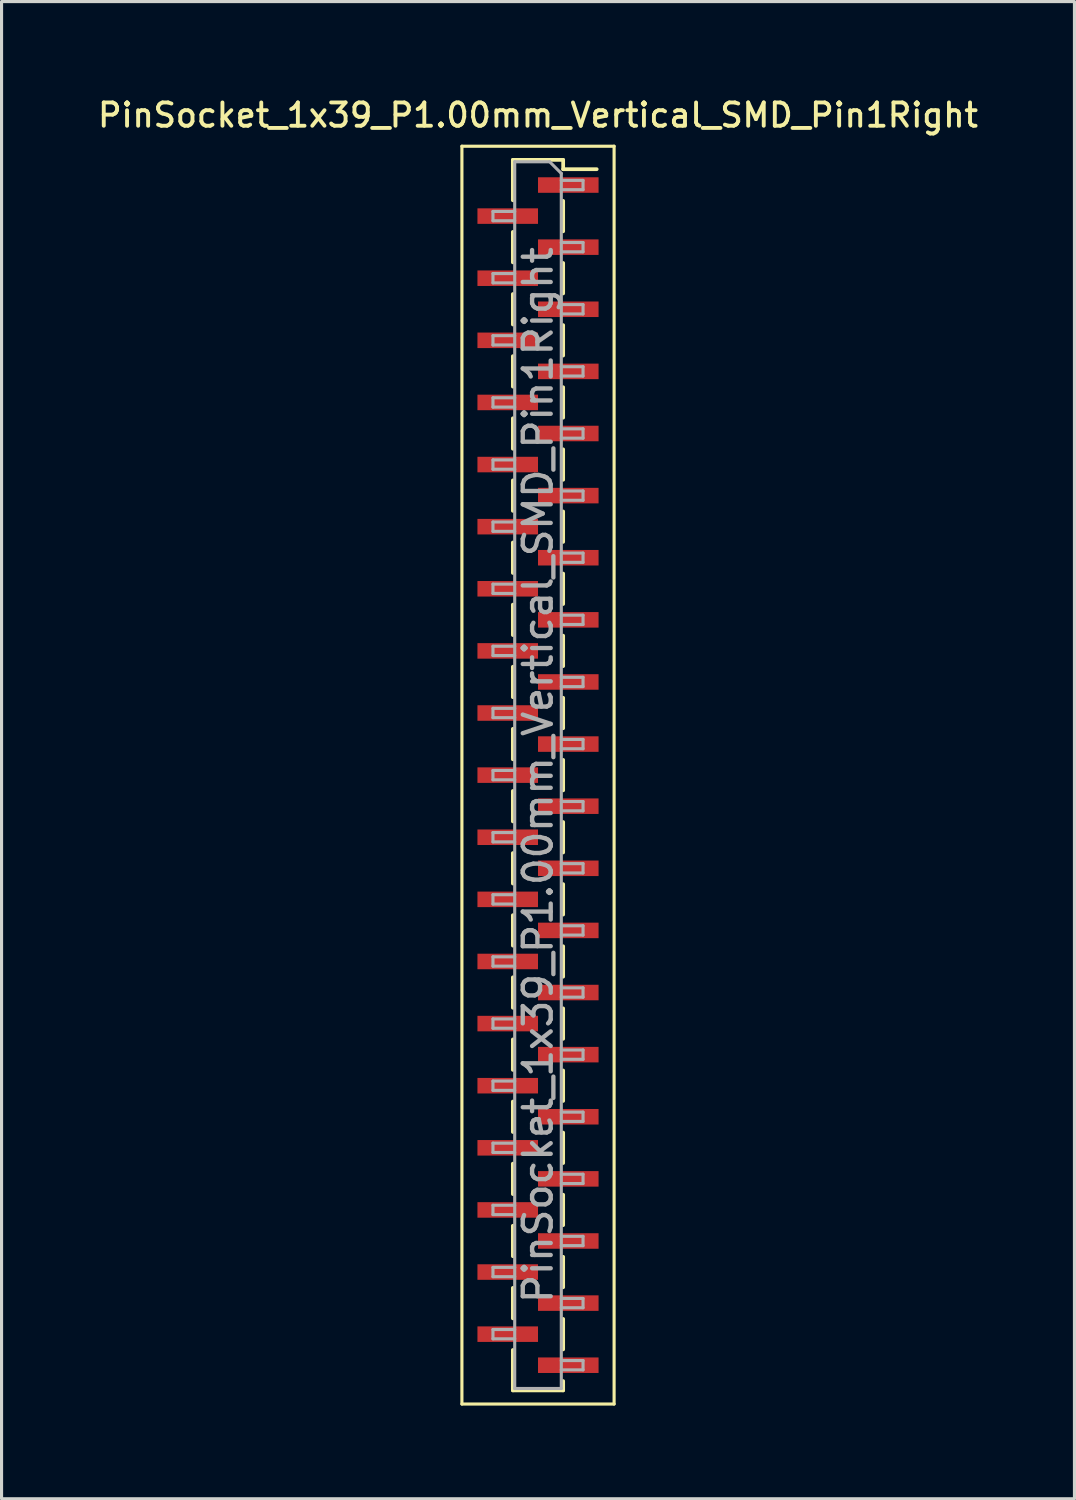
<source format=kicad_pcb>
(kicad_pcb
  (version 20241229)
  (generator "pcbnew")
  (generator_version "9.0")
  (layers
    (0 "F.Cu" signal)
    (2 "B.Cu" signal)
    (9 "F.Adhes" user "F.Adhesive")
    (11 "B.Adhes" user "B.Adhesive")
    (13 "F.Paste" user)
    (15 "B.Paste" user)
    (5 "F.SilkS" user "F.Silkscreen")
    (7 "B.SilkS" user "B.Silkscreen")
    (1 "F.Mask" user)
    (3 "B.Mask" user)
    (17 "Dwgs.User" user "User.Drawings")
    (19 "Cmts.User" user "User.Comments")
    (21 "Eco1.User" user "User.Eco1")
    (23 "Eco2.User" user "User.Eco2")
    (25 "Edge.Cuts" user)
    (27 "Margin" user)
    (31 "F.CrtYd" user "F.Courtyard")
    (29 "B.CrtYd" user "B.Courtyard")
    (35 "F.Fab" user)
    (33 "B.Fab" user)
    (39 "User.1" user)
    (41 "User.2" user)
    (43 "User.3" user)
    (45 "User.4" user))
  (footprint "PinSocket_1x39_P1.00mm_Vertical_SMD_Pin1Right"
    (layer "F.Cu")
    (at 14.273 21.908)
    (property "Reference" "PinSocket_1x39_P1.00mm_Vertical_SMD_Pin1Right" (at 0 -21.25 0) (layer "F.SilkS") (effects (font (size 0.75 0.75) (thickness 0.125))))
    (attr smd)
    (fp_line (start -2.45 -20.25) (end 2.45 -20.25) (stroke (width 0.1) (type solid)) (layer "F.SilkS"))
    (fp_line (start -2.45 20.25) (end -2.45 -20.25) (stroke (width 0.1) (type solid)) (layer "F.SilkS"))
    (fp_line (start -0.81 -19.81) (end -0.81 -18.51) (stroke (width 0.12) (type solid)) (layer "F.SilkS"))
    (fp_line (start -0.81 -19.81) (end 0.81 -19.81) (stroke (width 0.12) (type solid)) (layer "F.SilkS"))
    (fp_line (start -0.81 -17.49) (end -0.81 -16.51) (stroke (width 0.12) (type solid)) (layer "F.SilkS"))
    (fp_line (start -0.81 -15.49) (end -0.81 -14.51) (stroke (width 0.12) (type solid)) (layer "F.SilkS"))
    (fp_line (start -0.81 -13.49) (end -0.81 -12.51) (stroke (width 0.12) (type solid)) (layer "F.SilkS"))
    (fp_line (start -0.81 -11.49) (end -0.81 -10.51) (stroke (width 0.12) (type solid)) (layer "F.SilkS"))
    (fp_line (start -0.81 -9.49) (end -0.81 -8.51) (stroke (width 0.12) (type solid)) (layer "F.SilkS"))
    (fp_line (start -0.81 -7.49) (end -0.81 -6.51) (stroke (width 0.12) (type solid)) (layer "F.SilkS"))
    (fp_line (start -0.81 -5.49) (end -0.81 -4.51) (stroke (width 0.12) (type solid)) (layer "F.SilkS"))
    (fp_line (start -0.81 -3.49) (end -0.81 -2.51) (stroke (width 0.12) (type solid)) (layer "F.SilkS"))
    (fp_line (start -0.81 -1.49) (end -0.81 -0.51) (stroke (width 0.12) (type solid)) (layer "F.SilkS"))
    (fp_line (start -0.81 0.51) (end -0.81 1.49) (stroke (width 0.12) (type solid)) (layer "F.SilkS"))
    (fp_line (start -0.81 2.51) (end -0.81 3.49) (stroke (width 0.12) (type solid)) (layer "F.SilkS"))
    (fp_line (start -0.81 4.51) (end -0.81 5.49) (stroke (width 0.12) (type solid)) (layer "F.SilkS"))
    (fp_line (start -0.81 6.51) (end -0.81 7.49) (stroke (width 0.12) (type solid)) (layer "F.SilkS"))
    (fp_line (start -0.81 8.51) (end -0.81 9.49) (stroke (width 0.12) (type solid)) (layer "F.SilkS"))
    (fp_line (start -0.81 10.51) (end -0.81 11.49) (stroke (width 0.12) (type solid)) (layer "F.SilkS"))
    (fp_line (start -0.81 12.51) (end -0.81 13.49) (stroke (width 0.12) (type solid)) (layer "F.SilkS"))
    (fp_line (start -0.81 14.51) (end -0.81 15.49) (stroke (width 0.12) (type solid)) (layer "F.SilkS"))
    (fp_line (start -0.81 16.51) (end -0.81 17.49) (stroke (width 0.12) (type solid)) (layer "F.SilkS"))
    (fp_line (start -0.81 18.51) (end -0.81 19.81) (stroke (width 0.12) (type solid)) (layer "F.SilkS"))
    (fp_line (start -0.81 19.81) (end 0.81 19.81) (stroke (width 0.12) (type solid)) (layer "F.SilkS"))
    (fp_line (start 0.81 -19.81) (end 0.81 -19.51) (stroke (width 0.12) (type solid)) (layer "F.SilkS"))
    (fp_line (start 0.81 -19.51) (end 1.89 -19.51) (stroke (width 0.12) (type solid)) (layer "F.SilkS"))
    (fp_line (start 0.81 -18.49) (end 0.81 -17.51) (stroke (width 0.12) (type solid)) (layer "F.SilkS"))
    (fp_line (start 0.81 -16.49) (end 0.81 -15.51) (stroke (width 0.12) (type solid)) (layer "F.SilkS"))
    (fp_line (start 0.81 -14.49) (end 0.81 -13.51) (stroke (width 0.12) (type solid)) (layer "F.SilkS"))
    (fp_line (start 0.81 -12.49) (end 0.81 -11.51) (stroke (width 0.12) (type solid)) (layer "F.SilkS"))
    (fp_line (start 0.81 -10.49) (end 0.81 -9.51) (stroke (width 0.12) (type solid)) (layer "F.SilkS"))
    (fp_line (start 0.81 -8.49) (end 0.81 -7.51) (stroke (width 0.12) (type solid)) (layer "F.SilkS"))
    (fp_line (start 0.81 -6.49) (end 0.81 -5.51) (stroke (width 0.12) (type solid)) (layer "F.SilkS"))
    (fp_line (start 0.81 -4.49) (end 0.81 -3.51) (stroke (width 0.12) (type solid)) (layer "F.SilkS"))
    (fp_line (start 0.81 -2.49) (end 0.81 -1.51) (stroke (width 0.12) (type solid)) (layer "F.SilkS"))
    (fp_line (start 0.81 -0.49) (end 0.81 0.49) (stroke (width 0.12) (type solid)) (layer "F.SilkS"))
    (fp_line (start 0.81 1.51) (end 0.81 2.49) (stroke (width 0.12) (type solid)) (layer "F.SilkS"))
    (fp_line (start 0.81 3.51) (end 0.81 4.49) (stroke (width 0.12) (type solid)) (layer "F.SilkS"))
    (fp_line (start 0.81 5.51) (end 0.81 6.49) (stroke (width 0.12) (type solid)) (layer "F.SilkS"))
    (fp_line (start 0.81 7.51) (end 0.81 8.49) (stroke (width 0.12) (type solid)) (layer "F.SilkS"))
    (fp_line (start 0.81 9.51) (end 0.81 10.49) (stroke (width 0.12) (type solid)) (layer "F.SilkS"))
    (fp_line (start 0.81 11.51) (end 0.81 12.49) (stroke (width 0.12) (type solid)) (layer "F.SilkS"))
    (fp_line (start 0.81 13.51) (end 0.81 14.49) (stroke (width 0.12) (type solid)) (layer "F.SilkS"))
    (fp_line (start 0.81 15.51) (end 0.81 16.49) (stroke (width 0.12) (type solid)) (layer "F.SilkS"))
    (fp_line (start 0.81 17.51) (end 0.81 18.49) (stroke (width 0.12) (type solid)) (layer "F.SilkS"))
    (fp_line (start 0.81 19.51) (end 0.81 19.81) (stroke (width 0.12) (type solid)) (layer "F.SilkS"))
    (fp_line (start 2.45 -20.25) (end 2.45 20.25) (stroke (width 0.1) (type solid)) (layer "F.SilkS"))
    (fp_line (start 2.45 20.25) (end -2.45 20.25) (stroke (width 0.1) (type solid)) (layer "F.SilkS"))
    (fp_line (start -1.45 -18.15) (end -0.75 -18.15) (stroke (width 0.1) (type solid)) (layer "F.Fab"))
    (fp_line (start -1.45 -17.85) (end -1.45 -18.15) (stroke (width 0.1) (type solid)) (layer "F.Fab"))
    (fp_line (start -1.45 -16.15) (end -0.75 -16.15) (stroke (width 0.1) (type solid)) (layer "F.Fab"))
    (fp_line (start -1.45 -15.85) (end -1.45 -16.15) (stroke (width 0.1) (type solid)) (layer "F.Fab"))
    (fp_line (start -1.45 -14.15) (end -0.75 -14.15) (stroke (width 0.1) (type solid)) (layer "F.Fab"))
    (fp_line (start -1.45 -13.85) (end -1.45 -14.15) (stroke (width 0.1) (type solid)) (layer "F.Fab"))
    (fp_line (start -1.45 -12.15) (end -0.75 -12.15) (stroke (width 0.1) (type solid)) (layer "F.Fab"))
    (fp_line (start -1.45 -11.85) (end -1.45 -12.15) (stroke (width 0.1) (type solid)) (layer "F.Fab"))
    (fp_line (start -1.45 -10.15) (end -0.75 -10.15) (stroke (width 0.1) (type solid)) (layer "F.Fab"))
    (fp_line (start -1.45 -9.85) (end -1.45 -10.15) (stroke (width 0.1) (type solid)) (layer "F.Fab"))
    (fp_line (start -1.45 -8.15) (end -0.75 -8.15) (stroke (width 0.1) (type solid)) (layer "F.Fab"))
    (fp_line (start -1.45 -7.85) (end -1.45 -8.15) (stroke (width 0.1) (type solid)) (layer "F.Fab"))
    (fp_line (start -1.45 -6.15) (end -0.75 -6.15) (stroke (width 0.1) (type solid)) (layer "F.Fab"))
    (fp_line (start -1.45 -5.85) (end -1.45 -6.15) (stroke (width 0.1) (type solid)) (layer "F.Fab"))
    (fp_line (start -1.45 -4.15) (end -0.75 -4.15) (stroke (width 0.1) (type solid)) (layer "F.Fab"))
    (fp_line (start -1.45 -3.85) (end -1.45 -4.15) (stroke (width 0.1) (type solid)) (layer "F.Fab"))
    (fp_line (start -1.45 -2.15) (end -0.75 -2.15) (stroke (width 0.1) (type solid)) (layer "F.Fab"))
    (fp_line (start -1.45 -1.85) (end -1.45 -2.15) (stroke (width 0.1) (type solid)) (layer "F.Fab"))
    (fp_line (start -1.45 -0.15) (end -0.75 -0.15) (stroke (width 0.1) (type solid)) (layer "F.Fab"))
    (fp_line (start -1.45 0.15) (end -1.45 -0.15) (stroke (width 0.1) (type solid)) (layer "F.Fab"))
    (fp_line (start -1.45 1.85) (end -0.75 1.85) (stroke (width 0.1) (type solid)) (layer "F.Fab"))
    (fp_line (start -1.45 2.15) (end -1.45 1.85) (stroke (width 0.1) (type solid)) (layer "F.Fab"))
    (fp_line (start -1.45 3.85) (end -0.75 3.85) (stroke (width 0.1) (type solid)) (layer "F.Fab"))
    (fp_line (start -1.45 4.15) (end -1.45 3.85) (stroke (width 0.1) (type solid)) (layer "F.Fab"))
    (fp_line (start -1.45 5.85) (end -0.75 5.85) (stroke (width 0.1) (type solid)) (layer "F.Fab"))
    (fp_line (start -1.45 6.15) (end -1.45 5.85) (stroke (width 0.1) (type solid)) (layer "F.Fab"))
    (fp_line (start -1.45 7.85) (end -0.75 7.85) (stroke (width 0.1) (type solid)) (layer "F.Fab"))
    (fp_line (start -1.45 8.15) (end -1.45 7.85) (stroke (width 0.1) (type solid)) (layer "F.Fab"))
    (fp_line (start -1.45 9.85) (end -0.75 9.85) (stroke (width 0.1) (type solid)) (layer "F.Fab"))
    (fp_line (start -1.45 10.15) (end -1.45 9.85) (stroke (width 0.1) (type solid)) (layer "F.Fab"))
    (fp_line (start -1.45 11.85) (end -0.75 11.85) (stroke (width 0.1) (type solid)) (layer "F.Fab"))
    (fp_line (start -1.45 12.15) (end -1.45 11.85) (stroke (width 0.1) (type solid)) (layer "F.Fab"))
    (fp_line (start -1.45 13.85) (end -0.75 13.85) (stroke (width 0.1) (type solid)) (layer "F.Fab"))
    (fp_line (start -1.45 14.15) (end -1.45 13.85) (stroke (width 0.1) (type solid)) (layer "F.Fab"))
    (fp_line (start -1.45 15.85) (end -0.75 15.85) (stroke (width 0.1) (type solid)) (layer "F.Fab"))
    (fp_line (start -1.45 16.15) (end -1.45 15.85) (stroke (width 0.1) (type solid)) (layer "F.Fab"))
    (fp_line (start -1.45 17.85) (end -0.75 17.85) (stroke (width 0.1) (type solid)) (layer "F.Fab"))
    (fp_line (start -1.45 18.15) (end -1.45 17.85) (stroke (width 0.1) (type solid)) (layer "F.Fab"))
    (fp_line (start -0.75 -19.75) (end 0.375 -19.75) (stroke (width 0.1) (type solid)) (layer "F.Fab"))
    (fp_line (start -0.75 -17.85) (end -1.45 -17.85) (stroke (width 0.1) (type solid)) (layer "F.Fab"))
    (fp_line (start -0.75 -15.85) (end -1.45 -15.85) (stroke (width 0.1) (type solid)) (layer "F.Fab"))
    (fp_line (start -0.75 -13.85) (end -1.45 -13.85) (stroke (width 0.1) (type solid)) (layer "F.Fab"))
    (fp_line (start -0.75 -11.85) (end -1.45 -11.85) (stroke (width 0.1) (type solid)) (layer "F.Fab"))
    (fp_line (start -0.75 -9.85) (end -1.45 -9.85) (stroke (width 0.1) (type solid)) (layer "F.Fab"))
    (fp_line (start -0.75 -7.85) (end -1.45 -7.85) (stroke (width 0.1) (type solid)) (layer "F.Fab"))
    (fp_line (start -0.75 -5.85) (end -1.45 -5.85) (stroke (width 0.1) (type solid)) (layer "F.Fab"))
    (fp_line (start -0.75 -3.85) (end -1.45 -3.85) (stroke (width 0.1) (type solid)) (layer "F.Fab"))
    (fp_line (start -0.75 -1.85) (end -1.45 -1.85) (stroke (width 0.1) (type solid)) (layer "F.Fab"))
    (fp_line (start -0.75 0.15) (end -1.45 0.15) (stroke (width 0.1) (type solid)) (layer "F.Fab"))
    (fp_line (start -0.75 2.15) (end -1.45 2.15) (stroke (width 0.1) (type solid)) (layer "F.Fab"))
    (fp_line (start -0.75 4.15) (end -1.45 4.15) (stroke (width 0.1) (type solid)) (layer "F.Fab"))
    (fp_line (start -0.75 6.15) (end -1.45 6.15) (stroke (width 0.1) (type solid)) (layer "F.Fab"))
    (fp_line (start -0.75 8.15) (end -1.45 8.15) (stroke (width 0.1) (type solid)) (layer "F.Fab"))
    (fp_line (start -0.75 10.15) (end -1.45 10.15) (stroke (width 0.1) (type solid)) (layer "F.Fab"))
    (fp_line (start -0.75 12.15) (end -1.45 12.15) (stroke (width 0.1) (type solid)) (layer "F.Fab"))
    (fp_line (start -0.75 14.15) (end -1.45 14.15) (stroke (width 0.1) (type solid)) (layer "F.Fab"))
    (fp_line (start -0.75 16.15) (end -1.45 16.15) (stroke (width 0.1) (type solid)) (layer "F.Fab"))
    (fp_line (start -0.75 18.15) (end -1.45 18.15) (stroke (width 0.1) (type solid)) (layer "F.Fab"))
    (fp_line (start -0.75 19.75) (end -0.75 -19.75) (stroke (width 0.1) (type solid)) (layer "F.Fab"))
    (fp_line (start 0.375 -19.75) (end 0.75 -19.375) (stroke (width 0.1) (type solid)) (layer "F.Fab"))
    (fp_line (start 0.75 -19.375) (end 0.75 19.75) (stroke (width 0.1) (type solid)) (layer "F.Fab"))
    (fp_line (start 0.75 -19.15) (end 1.45 -19.15) (stroke (width 0.1) (type solid)) (layer "F.Fab"))
    (fp_line (start 0.75 -17.15) (end 1.45 -17.15) (stroke (width 0.1) (type solid)) (layer "F.Fab"))
    (fp_line (start 0.75 -15.15) (end 1.45 -15.15) (stroke (width 0.1) (type solid)) (layer "F.Fab"))
    (fp_line (start 0.75 -13.15) (end 1.45 -13.15) (stroke (width 0.1) (type solid)) (layer "F.Fab"))
    (fp_line (start 0.75 -11.15) (end 1.45 -11.15) (stroke (width 0.1) (type solid)) (layer "F.Fab"))
    (fp_line (start 0.75 -9.15) (end 1.45 -9.15) (stroke (width 0.1) (type solid)) (layer "F.Fab"))
    (fp_line (start 0.75 -7.15) (end 1.45 -7.15) (stroke (width 0.1) (type solid)) (layer "F.Fab"))
    (fp_line (start 0.75 -5.15) (end 1.45 -5.15) (stroke (width 0.1) (type solid)) (layer "F.Fab"))
    (fp_line (start 0.75 -3.15) (end 1.45 -3.15) (stroke (width 0.1) (type solid)) (layer "F.Fab"))
    (fp_line (start 0.75 -1.15) (end 1.45 -1.15) (stroke (width 0.1) (type solid)) (layer "F.Fab"))
    (fp_line (start 0.75 0.85) (end 1.45 0.85) (stroke (width 0.1) (type solid)) (layer "F.Fab"))
    (fp_line (start 0.75 2.85) (end 1.45 2.85) (stroke (width 0.1) (type solid)) (layer "F.Fab"))
    (fp_line (start 0.75 4.85) (end 1.45 4.85) (stroke (width 0.1) (type solid)) (layer "F.Fab"))
    (fp_line (start 0.75 6.85) (end 1.45 6.85) (stroke (width 0.1) (type solid)) (layer "F.Fab"))
    (fp_line (start 0.75 8.85) (end 1.45 8.85) (stroke (width 0.1) (type solid)) (layer "F.Fab"))
    (fp_line (start 0.75 10.85) (end 1.45 10.85) (stroke (width 0.1) (type solid)) (layer "F.Fab"))
    (fp_line (start 0.75 12.85) (end 1.45 12.85) (stroke (width 0.1) (type solid)) (layer "F.Fab"))
    (fp_line (start 0.75 14.85) (end 1.45 14.85) (stroke (width 0.1) (type solid)) (layer "F.Fab"))
    (fp_line (start 0.75 16.85) (end 1.45 16.85) (stroke (width 0.1) (type solid)) (layer "F.Fab"))
    (fp_line (start 0.75 18.85) (end 1.45 18.85) (stroke (width 0.1) (type solid)) (layer "F.Fab"))
    (fp_line (start 0.75 19.75) (end -0.75 19.75) (stroke (width 0.1) (type solid)) (layer "F.Fab"))
    (fp_line (start 1.45 -19.15) (end 1.45 -18.85) (stroke (width 0.1) (type solid)) (layer "F.Fab"))
    (fp_line (start 1.45 -18.85) (end 0.75 -18.85) (stroke (width 0.1) (type solid)) (layer "F.Fab"))
    (fp_line (start 1.45 -17.15) (end 1.45 -16.85) (stroke (width 0.1) (type solid)) (layer "F.Fab"))
    (fp_line (start 1.45 -16.85) (end 0.75 -16.85) (stroke (width 0.1) (type solid)) (layer "F.Fab"))
    (fp_line (start 1.45 -15.15) (end 1.45 -14.85) (stroke (width 0.1) (type solid)) (layer "F.Fab"))
    (fp_line (start 1.45 -14.85) (end 0.75 -14.85) (stroke (width 0.1) (type solid)) (layer "F.Fab"))
    (fp_line (start 1.45 -13.15) (end 1.45 -12.85) (stroke (width 0.1) (type solid)) (layer "F.Fab"))
    (fp_line (start 1.45 -12.85) (end 0.75 -12.85) (stroke (width 0.1) (type solid)) (layer "F.Fab"))
    (fp_line (start 1.45 -11.15) (end 1.45 -10.85) (stroke (width 0.1) (type solid)) (layer "F.Fab"))
    (fp_line (start 1.45 -10.85) (end 0.75 -10.85) (stroke (width 0.1) (type solid)) (layer "F.Fab"))
    (fp_line (start 1.45 -9.15) (end 1.45 -8.85) (stroke (width 0.1) (type solid)) (layer "F.Fab"))
    (fp_line (start 1.45 -8.85) (end 0.75 -8.85) (stroke (width 0.1) (type solid)) (layer "F.Fab"))
    (fp_line (start 1.45 -7.15) (end 1.45 -6.85) (stroke (width 0.1) (type solid)) (layer "F.Fab"))
    (fp_line (start 1.45 -6.85) (end 0.75 -6.85) (stroke (width 0.1) (type solid)) (layer "F.Fab"))
    (fp_line (start 1.45 -5.15) (end 1.45 -4.85) (stroke (width 0.1) (type solid)) (layer "F.Fab"))
    (fp_line (start 1.45 -4.85) (end 0.75 -4.85) (stroke (width 0.1) (type solid)) (layer "F.Fab"))
    (fp_line (start 1.45 -3.15) (end 1.45 -2.85) (stroke (width 0.1) (type solid)) (layer "F.Fab"))
    (fp_line (start 1.45 -2.85) (end 0.75 -2.85) (stroke (width 0.1) (type solid)) (layer "F.Fab"))
    (fp_line (start 1.45 -1.15) (end 1.45 -0.85) (stroke (width 0.1) (type solid)) (layer "F.Fab"))
    (fp_line (start 1.45 -0.85) (end 0.75 -0.85) (stroke (width 0.1) (type solid)) (layer "F.Fab"))
    (fp_line (start 1.45 0.85) (end 1.45 1.15) (stroke (width 0.1) (type solid)) (layer "F.Fab"))
    (fp_line (start 1.45 1.15) (end 0.75 1.15) (stroke (width 0.1) (type solid)) (layer "F.Fab"))
    (fp_line (start 1.45 2.85) (end 1.45 3.15) (stroke (width 0.1) (type solid)) (layer "F.Fab"))
    (fp_line (start 1.45 3.15) (end 0.75 3.15) (stroke (width 0.1) (type solid)) (layer "F.Fab"))
    (fp_line (start 1.45 4.85) (end 1.45 5.15) (stroke (width 0.1) (type solid)) (layer "F.Fab"))
    (fp_line (start 1.45 5.15) (end 0.75 5.15) (stroke (width 0.1) (type solid)) (layer "F.Fab"))
    (fp_line (start 1.45 6.85) (end 1.45 7.15) (stroke (width 0.1) (type solid)) (layer "F.Fab"))
    (fp_line (start 1.45 7.15) (end 0.75 7.15) (stroke (width 0.1) (type solid)) (layer "F.Fab"))
    (fp_line (start 1.45 8.85) (end 1.45 9.15) (stroke (width 0.1) (type solid)) (layer "F.Fab"))
    (fp_line (start 1.45 9.15) (end 0.75 9.15) (stroke (width 0.1) (type solid)) (layer "F.Fab"))
    (fp_line (start 1.45 10.85) (end 1.45 11.15) (stroke (width 0.1) (type solid)) (layer "F.Fab"))
    (fp_line (start 1.45 11.15) (end 0.75 11.15) (stroke (width 0.1) (type solid)) (layer "F.Fab"))
    (fp_line (start 1.45 12.85) (end 1.45 13.15) (stroke (width 0.1) (type solid)) (layer "F.Fab"))
    (fp_line (start 1.45 13.15) (end 0.75 13.15) (stroke (width 0.1) (type solid)) (layer "F.Fab"))
    (fp_line (start 1.45 14.85) (end 1.45 15.15) (stroke (width 0.1) (type solid)) (layer "F.Fab"))
    (fp_line (start 1.45 15.15) (end 0.75 15.15) (stroke (width 0.1) (type solid)) (layer "F.Fab"))
    (fp_line (start 1.45 16.85) (end 1.45 17.15) (stroke (width 0.1) (type solid)) (layer "F.Fab"))
    (fp_line (start 1.45 17.15) (end 0.75 17.15) (stroke (width 0.1) (type solid)) (layer "F.Fab"))
    (fp_line (start 1.45 18.85) (end 1.45 19.15) (stroke (width 0.1) (type solid)) (layer "F.Fab"))
    (fp_line (start 1.45 19.15) (end 0.75 19.15) (stroke (width 0.1) (type solid)) (layer "F.Fab"))
    (fp_text user "${REFERENCE}" (at 0 0 90) (layer "F.Fab") (effects (font (size 0.9 0.9) (thickness 0.14))))
    (pad "1" smd rect (at 0.975 -19) (size 1.95 0.5) (layers "F.Cu" "F.Mask" "F.Paste"))
    (pad "2" smd rect (at -0.975 -18) (size 1.95 0.5) (layers "F.Cu" "F.Mask" "F.Paste"))
    (pad "3" smd rect (at 0.975 -17) (size 1.95 0.5) (layers "F.Cu" "F.Mask" "F.Paste"))
    (pad "4" smd rect (at -0.975 -16) (size 1.95 0.5) (layers "F.Cu" "F.Mask" "F.Paste"))
    (pad "5" smd rect (at 0.975 -15) (size 1.95 0.5) (layers "F.Cu" "F.Mask" "F.Paste"))
    (pad "6" smd rect (at -0.975 -14) (size 1.95 0.5) (layers "F.Cu" "F.Mask" "F.Paste"))
    (pad "7" smd rect (at 0.975 -13) (size 1.95 0.5) (layers "F.Cu" "F.Mask" "F.Paste"))
    (pad "8" smd rect (at -0.975 -12) (size 1.95 0.5) (layers "F.Cu" "F.Mask" "F.Paste"))
    (pad "9" smd rect (at 0.975 -11) (size 1.95 0.5) (layers "F.Cu" "F.Mask" "F.Paste"))
    (pad "10" smd rect (at -0.975 -10) (size 1.95 0.5) (layers "F.Cu" "F.Mask" "F.Paste"))
    (pad "11" smd rect (at 0.975 -9) (size 1.95 0.5) (layers "F.Cu" "F.Mask" "F.Paste"))
    (pad "12" smd rect (at -0.975 -8) (size 1.95 0.5) (layers "F.Cu" "F.Mask" "F.Paste"))
    (pad "13" smd rect (at 0.975 -7) (size 1.95 0.5) (layers "F.Cu" "F.Mask" "F.Paste"))
    (pad "14" smd rect (at -0.975 -6) (size 1.95 0.5) (layers "F.Cu" "F.Mask" "F.Paste"))
    (pad "15" smd rect (at 0.975 -5) (size 1.95 0.5) (layers "F.Cu" "F.Mask" "F.Paste"))
    (pad "16" smd rect (at -0.975 -4) (size 1.95 0.5) (layers "F.Cu" "F.Mask" "F.Paste"))
    (pad "17" smd rect (at 0.975 -3) (size 1.95 0.5) (layers "F.Cu" "F.Mask" "F.Paste"))
    (pad "18" smd rect (at -0.975 -2) (size 1.95 0.5) (layers "F.Cu" "F.Mask" "F.Paste"))
    (pad "19" smd rect (at 0.975 -1) (size 1.95 0.5) (layers "F.Cu" "F.Mask" "F.Paste"))
    (pad "20" smd rect (at -0.975 0) (size 1.95 0.5) (layers "F.Cu" "F.Mask" "F.Paste"))
    (pad "21" smd rect (at 0.975 1) (size 1.95 0.5) (layers "F.Cu" "F.Mask" "F.Paste"))
    (pad "22" smd rect (at -0.975 2) (size 1.95 0.5) (layers "F.Cu" "F.Mask" "F.Paste"))
    (pad "23" smd rect (at 0.975 3) (size 1.95 0.5) (layers "F.Cu" "F.Mask" "F.Paste"))
    (pad "24" smd rect (at -0.975 4) (size 1.95 0.5) (layers "F.Cu" "F.Mask" "F.Paste"))
    (pad "25" smd rect (at 0.975 5) (size 1.95 0.5) (layers "F.Cu" "F.Mask" "F.Paste"))
    (pad "26" smd rect (at -0.975 6) (size 1.95 0.5) (layers "F.Cu" "F.Mask" "F.Paste"))
    (pad "27" smd rect (at 0.975 7) (size 1.95 0.5) (layers "F.Cu" "F.Mask" "F.Paste"))
    (pad "28" smd rect (at -0.975 8) (size 1.95 0.5) (layers "F.Cu" "F.Mask" "F.Paste"))
    (pad "29" smd rect (at 0.975 9) (size 1.95 0.5) (layers "F.Cu" "F.Mask" "F.Paste"))
    (pad "30" smd rect (at -0.975 10) (size 1.95 0.5) (layers "F.Cu" "F.Mask" "F.Paste"))
    (pad "31" smd rect (at 0.975 11) (size 1.95 0.5) (layers "F.Cu" "F.Mask" "F.Paste"))
    (pad "32" smd rect (at -0.975 12) (size 1.95 0.5) (layers "F.Cu" "F.Mask" "F.Paste"))
    (pad "33" smd rect (at 0.975 13) (size 1.95 0.5) (layers "F.Cu" "F.Mask" "F.Paste"))
    (pad "34" smd rect (at -0.975 14) (size 1.95 0.5) (layers "F.Cu" "F.Mask" "F.Paste"))
    (pad "35" smd rect (at 0.975 15) (size 1.95 0.5) (layers "F.Cu" "F.Mask" "F.Paste"))
    (pad "36" smd rect (at -0.975 16) (size 1.95 0.5) (layers "F.Cu" "F.Mask" "F.Paste"))
    (pad "37" smd rect (at 0.975 17) (size 1.95 0.5) (layers "F.Cu" "F.Mask" "F.Paste"))
    (pad "38" smd rect (at -0.975 18) (size 1.95 0.5) (layers "F.Cu" "F.Mask" "F.Paste"))
    (pad "39" smd rect (at 0.975 19) (size 1.95 0.5) (layers "F.Cu" "F.Mask" "F.Paste")))
  (gr_rect
    (start -3 -3)
    (end 31.546 45.208)
    (stroke (width 0.1) (type default))
    (fill no)
    (layer "Edge.Cuts")))
</source>
